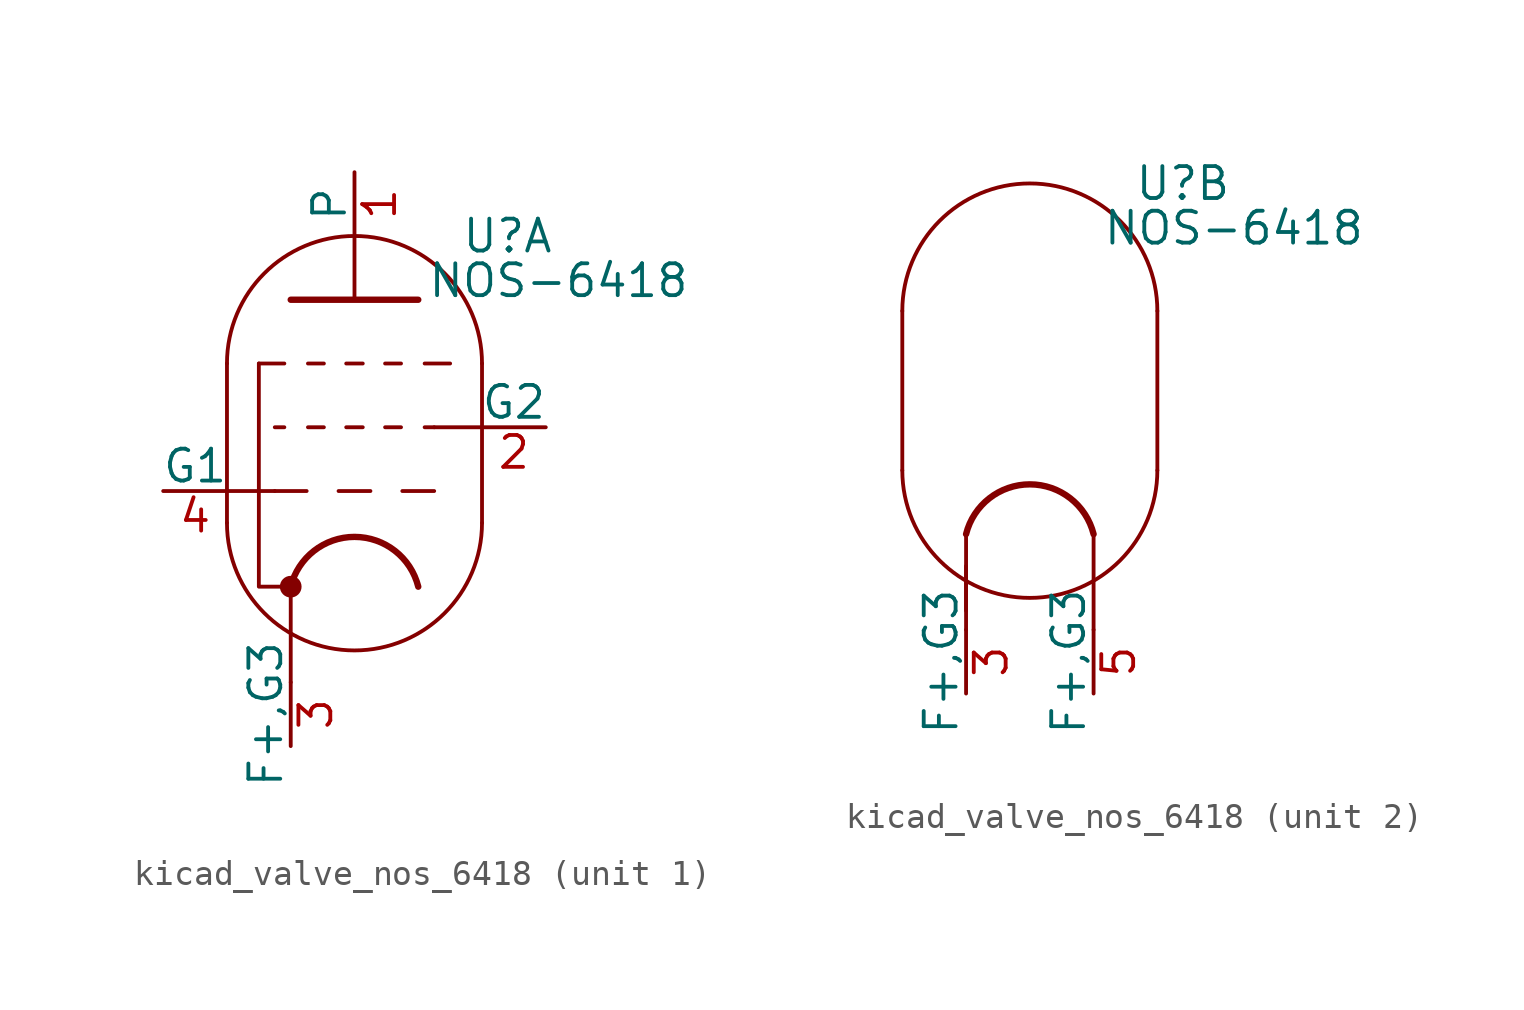
<source format=kicad_sym>
(kicad_symbol_lib
  (version 20220914)
  (generator kicad_symbol_editor)
  (symbol "kicad_valve_nos_6418"
    (pin_names
      (offset 0))
    (property "Reference" "U"
      (at 6.096 10.16 0)
      (effects (font (size 1.27 1.27))))
    (property "Value" "NOS-6418"
      (at 8.128 8.382 0)
      (effects (font (size 1.27 1.27))))
    (property "ki_locked" ""
      (at 0 0 0)
      (effects (font (size 1.27 1.27))))
    (symbol "kicad_valve_nos_6418_0_1"
      (arc (start -5.08 -1.27) (mid 0 -6.3279) (end 5.08 -1.27) (stroke (width 0) (type default)) (fill (type none)))
      (polyline (pts (xy -2.54 -7.62) (xy -2.54 -3.81)) (stroke (width 0) (type default)) (fill (type none)))
      (polyline (pts (xy -5.08 5.08) (xy -5.08 -1.27) (xy -5.08 -1.27)) (stroke (width 0) (type default)) (fill (type none)))
      (polyline (pts (xy 5.08 -1.27) (xy 5.08 5.08) (xy 5.08 5.08)) (stroke (width 0) (type default)) (fill (type none)))
      (arc (start 2.54 -3.81) (mid 0 -1.8268) (end -2.54 -3.81) (stroke (width 0.254) (type default)) (fill (type none)))
      (arc (start 5.08 5.08) (mid 0 10.1379) (end -5.08 5.08) (stroke (width 0) (type default)) (fill (type none)))
      (pin power_in line (at -2.54 -10.16 90) (length 2.54) (name "F+,G3" (effects (font (size 1.27 1.27)))) (number "3" (effects (font (size 1.27 1.27))))))
    (symbol "kicad_valve_nos_6418_1_0"
      (polyline (pts (xy -5.08 0) (xy -3.175 0)) (stroke (width 0) (type default)) (fill (type none)))
      (polyline (pts (xy -0.635 0) (xy 0.635 0)) (stroke (width 0.152) (type default)) (fill (type none)))
      (polyline (pts (xy 0 7.62) (xy 0 10.16)) (stroke (width 0) (type default)) (fill (type none)))
      (polyline (pts (xy 1.905 0) (xy 3.175 0)) (stroke (width 0.152) (type default)) (fill (type none)))
      (polyline (pts (xy 3.175 2.54) (xy 5.08 2.54)) (stroke (width 0) (type default)) (fill (type none))))
    (symbol "kicad_valve_nos_6418_1_1"
      (circle (center -2.54 -3.81) (radius 0.356) (stroke (width 0) (type default)) (fill (type outline)))
      (polyline (pts (xy -3.81 5.08) (xy -2.794 5.08)) (stroke (width 0.152) (type default)) (fill (type none)))
      (polyline (pts (xy -3.175 2.54) (xy -2.794 2.54)) (stroke (width 0.152) (type default)) (fill (type none)))
      (polyline (pts (xy -1.905 0) (xy -3.175 0)) (stroke (width 0.152) (type default)) (fill (type none)))
      (polyline (pts (xy -1.854 2.54) (xy -1.219 2.54)) (stroke (width 0.152) (type default)) (fill (type none)))
      (polyline (pts (xy -1.854 5.08) (xy -1.219 5.08)) (stroke (width 0.152) (type default)) (fill (type none)))
      (polyline (pts (xy -0.33 2.54) (xy 0.33 2.54)) (stroke (width 0.152) (type default)) (fill (type none)))
      (polyline (pts (xy -0.33 5.08) (xy 0.33 5.08)) (stroke (width 0.152) (type default)) (fill (type none)))
      (polyline (pts (xy 1.219 2.54) (xy 1.854 2.54)) (stroke (width 0.152) (type default)) (fill (type none)))
      (polyline (pts (xy 1.219 5.08) (xy 1.854 5.08)) (stroke (width 0.152) (type default)) (fill (type none)))
      (polyline (pts (xy 2.794 2.54) (xy 3.175 2.54)) (stroke (width 0.152) (type default)) (fill (type none)))
      (polyline (pts (xy 3.81 5.08) (xy 2.794 5.08)) (stroke (width 0.152) (type default)) (fill (type none)))
      (polyline (pts (xy -3.81 5.08) (xy -3.81 -3.81) (xy -2.54 -3.81)) (stroke (width 0) (type default)) (fill (type none)))
      (polyline (pts (xy -2.54 7.62) (xy 2.54 7.62) (xy 2.54 7.62)) (stroke (width 0.254) (type default)) (fill (type none)))
      (pin output line (at 0 12.7 270) (length 2.54) (name "P" (effects (font (size 1.27 1.27)))) (number "1" (effects (font (size 1.27 1.27)))))
      (pin input line (at 7.62 2.54 180) (length 2.54) (name "G2" (effects (font (size 1.27 1.27)))) (number "2" (effects (font (size 1.27 1.27)))))
      (pin input line (at -7.62 0 0) (length 2.54) (name "G1" (effects (font (size 1.27 1.27)))) (number "4" (effects (font (size 1.27 1.27))))))
    (symbol "kicad_valve_nos_6418_2_1"
      (polyline (pts (xy 2.54 -7.62) (xy 2.54 -3.81)) (stroke (width 0) (type default)) (fill (type none)))
      (polyline (pts (xy -2.54 -6.858) (xy -2.54 -5.08) (xy -2.54 -5.08)) (stroke (width 0) (type default)) (fill (type none)))
      (pin power_in line (at 2.54 -10.16 90) (length 2.54) (name "F+,G3" (effects (font (size 1.27 1.27)))) (number "5" (effects (font (size 1.27 1.27))))))))
</source>
